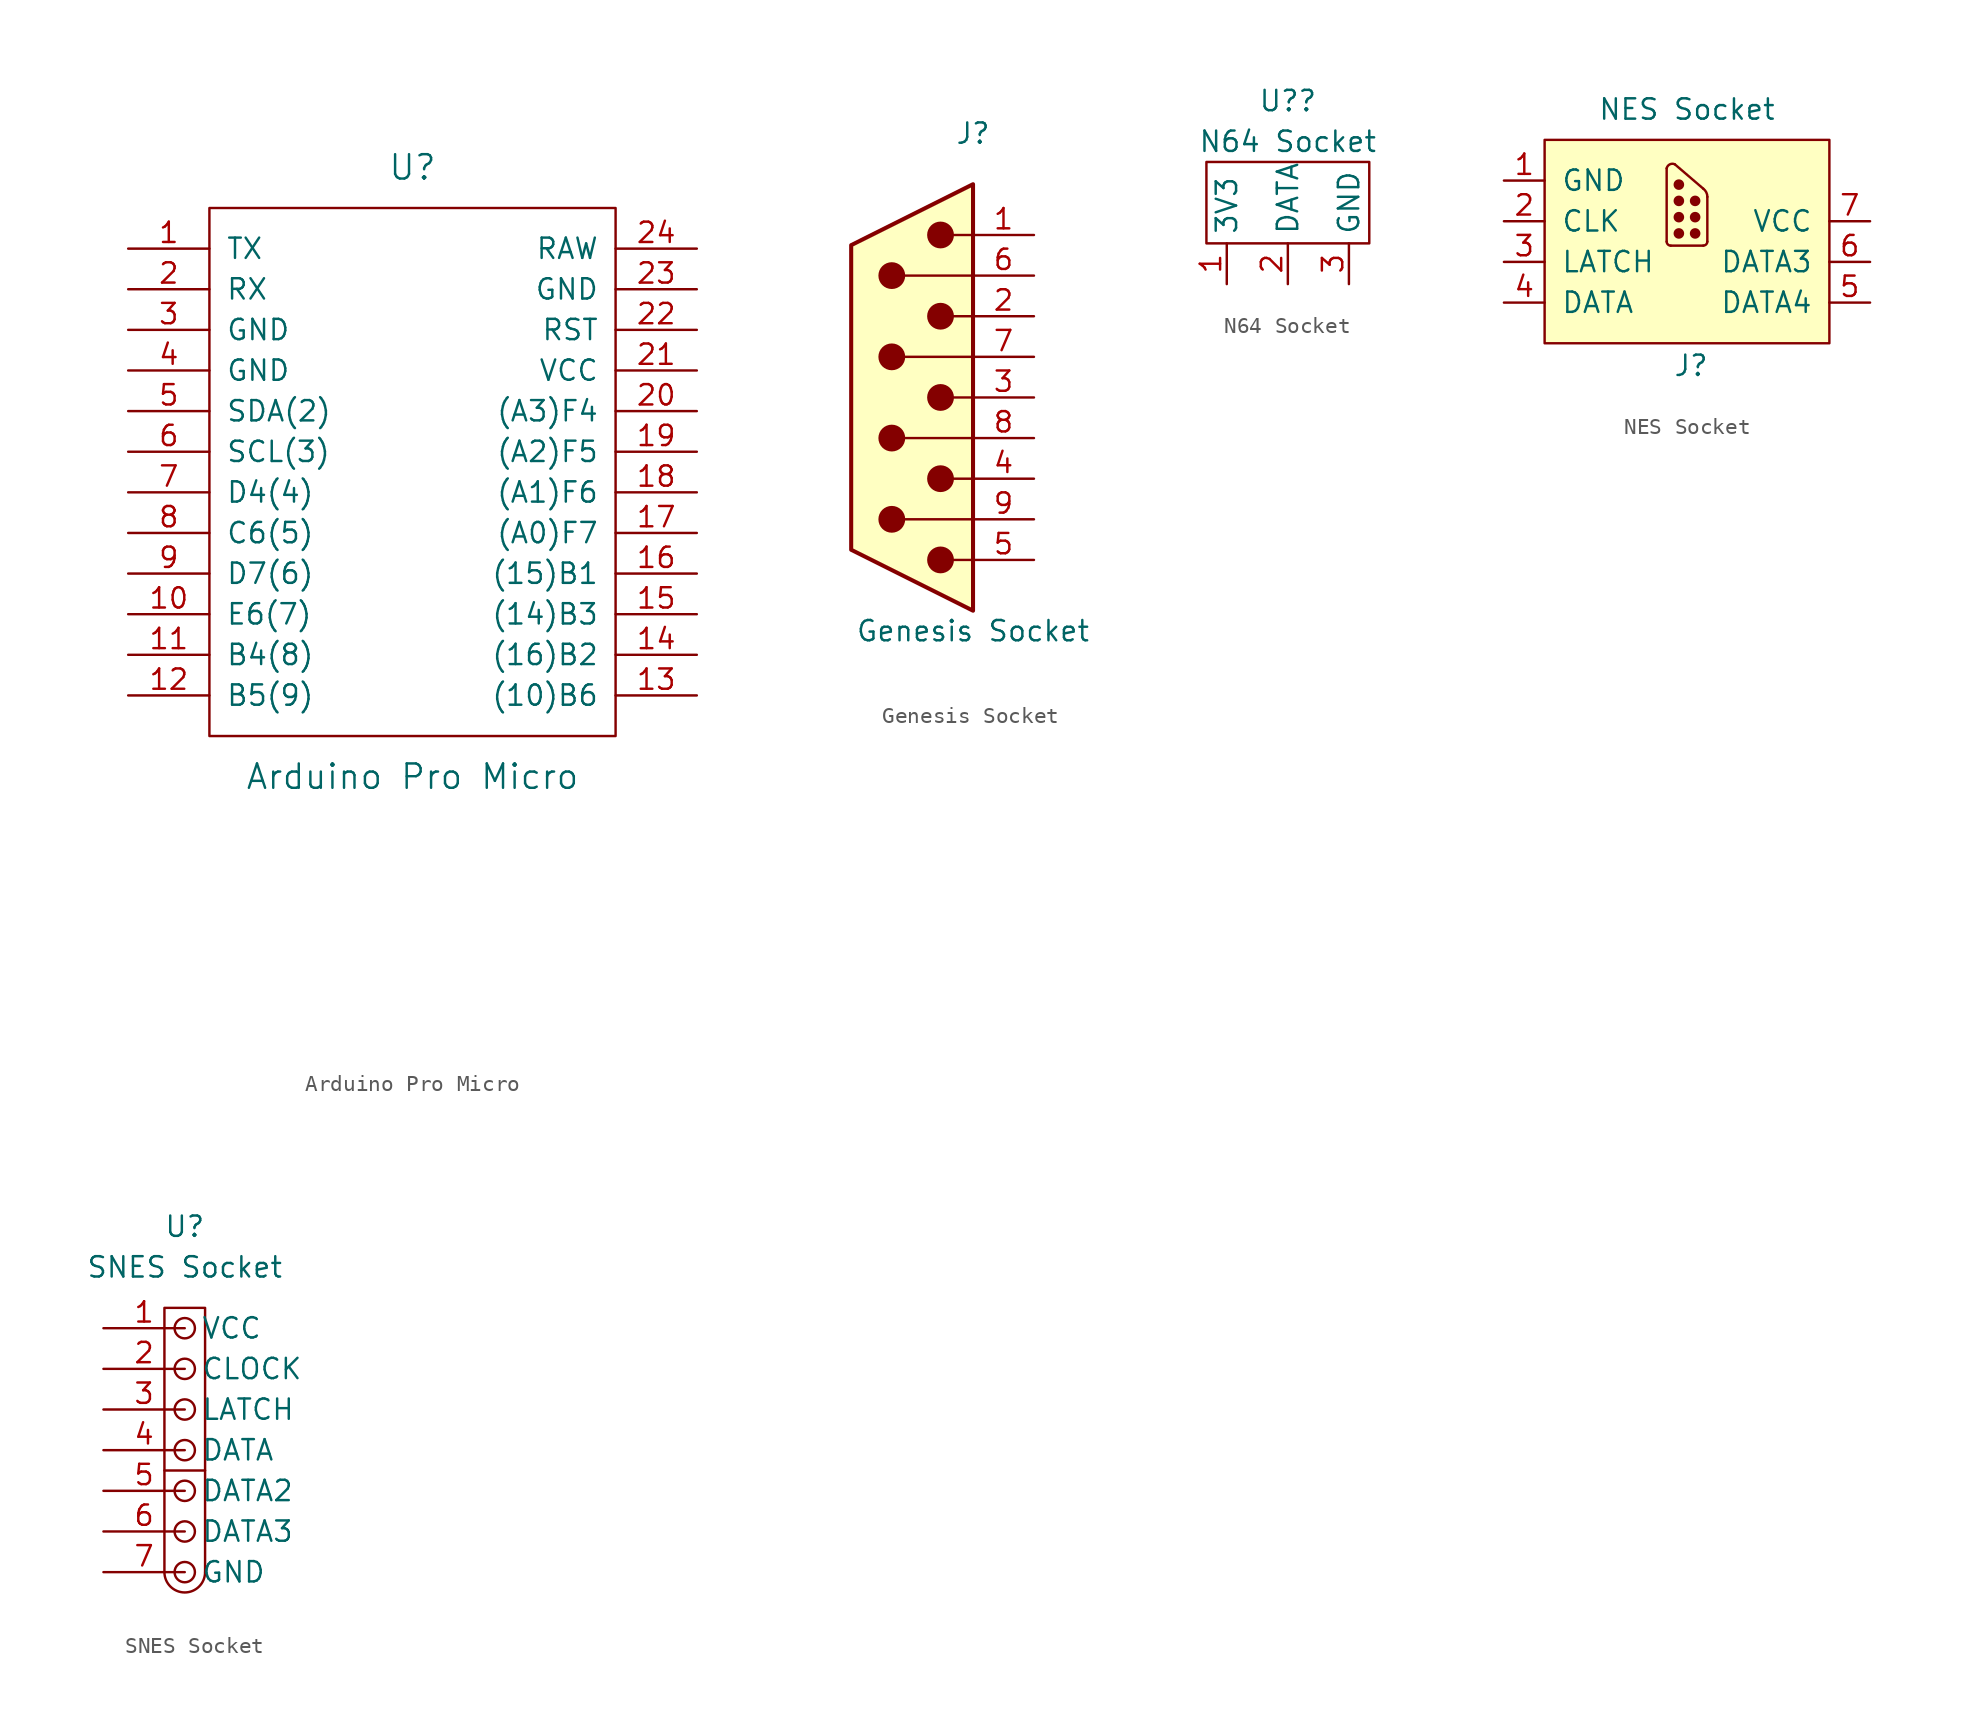
<source format=kicad_sym>
(kicad_symbol_lib
  (version 20220914)
  (generator kicad_symbol_editor)
  (symbol "Arduino Pro Micro"
    (pin_names
      (offset 1.016))
    (property "Reference" "U"
      (at 0 24.13 0)
      (effects (font (size 1.524 1.524))))
    (property "Value" "Arduino Pro Micro"
      (at 0 -13.97 0)
      (effects (font (size 1.524 1.524))))
    (property "Footprint" ""
      (at 2.54 -26.67 0)
      (effects (font (size 1.524 1.524))))
    (property "Datasheet" ""
      (at 2.54 -26.67 0)
      (effects (font (size 1.524 1.524))))
    (symbol "Arduino Pro Micro_0_1"
      (rectangle (start -12.7 21.59) (end 12.7 -11.43) (stroke (width 0) (type solid)) (fill (type none))))
    (symbol "Arduino Pro Micro_1_1"
      (pin bidirectional line (at -17.78 19.05 0) (length 5.08) (name "TX" (effects (font (size 1.27 1.27)))) (number "1" (effects (font (size 1.27 1.27)))))
      (pin bidirectional line (at -17.78 -3.81 0) (length 5.08) (name "E6(7)" (effects (font (size 1.27 1.27)))) (number "10" (effects (font (size 1.27 1.27)))))
      (pin bidirectional line (at -17.78 -6.35 0) (length 5.08) (name "B4(8)" (effects (font (size 1.27 1.27)))) (number "11" (effects (font (size 1.27 1.27)))))
      (pin bidirectional line (at -17.78 -8.89 0) (length 5.08) (name "B5(9)" (effects (font (size 1.27 1.27)))) (number "12" (effects (font (size 1.27 1.27)))))
      (pin bidirectional line (at 17.78 -8.89 180) (length 5.08) (name "(10)B6" (effects (font (size 1.27 1.27)))) (number "13" (effects (font (size 1.27 1.27)))))
      (pin bidirectional line (at 17.78 -6.35 180) (length 5.08) (name "(16)B2" (effects (font (size 1.27 1.27)))) (number "14" (effects (font (size 1.27 1.27)))))
      (pin bidirectional line (at 17.78 -3.81 180) (length 5.08) (name "(14)B3" (effects (font (size 1.27 1.27)))) (number "15" (effects (font (size 1.27 1.27)))))
      (pin bidirectional line (at 17.78 -1.27 180) (length 5.08) (name "(15)B1" (effects (font (size 1.27 1.27)))) (number "16" (effects (font (size 1.27 1.27)))))
      (pin bidirectional line (at 17.78 1.27 180) (length 5.08) (name "(A0)F7" (effects (font (size 1.27 1.27)))) (number "17" (effects (font (size 1.27 1.27)))))
      (pin bidirectional line (at 17.78 3.81 180) (length 5.08) (name "(A1)F6" (effects (font (size 1.27 1.27)))) (number "18" (effects (font (size 1.27 1.27)))))
      (pin bidirectional line (at 17.78 6.35 180) (length 5.08) (name "(A2)F5" (effects (font (size 1.27 1.27)))) (number "19" (effects (font (size 1.27 1.27)))))
      (pin bidirectional line (at -17.78 16.51 0) (length 5.08) (name "RX" (effects (font (size 1.27 1.27)))) (number "2" (effects (font (size 1.27 1.27)))))
      (pin bidirectional line (at 17.78 8.89 180) (length 5.08) (name "(A3)F4" (effects (font (size 1.27 1.27)))) (number "20" (effects (font (size 1.27 1.27)))))
      (pin power_in line (at 17.78 11.43 180) (length 5.08) (name "VCC" (effects (font (size 1.27 1.27)))) (number "21" (effects (font (size 1.27 1.27)))))
      (pin input line (at 17.78 13.97 180) (length 5.08) (name "RST" (effects (font (size 1.27 1.27)))) (number "22" (effects (font (size 1.27 1.27)))))
      (pin power_in line (at 17.78 16.51 180) (length 5.08) (name "GND" (effects (font (size 1.27 1.27)))) (number "23" (effects (font (size 1.27 1.27)))))
      (pin power_out line (at 17.78 19.05 180) (length 5.08) (name "RAW" (effects (font (size 1.27 1.27)))) (number "24" (effects (font (size 1.27 1.27)))))
      (pin power_in line (at -17.78 13.97 0) (length 5.08) (name "GND" (effects (font (size 1.27 1.27)))) (number "3" (effects (font (size 1.27 1.27)))))
      (pin power_in line (at -17.78 11.43 0) (length 5.08) (name "GND" (effects (font (size 1.27 1.27)))) (number "4" (effects (font (size 1.27 1.27)))))
      (pin bidirectional line (at -17.78 8.89 0) (length 5.08) (name "SDA(2)" (effects (font (size 1.27 1.27)))) (number "5" (effects (font (size 1.27 1.27)))))
      (pin bidirectional line (at -17.78 6.35 0) (length 5.08) (name "SCL(3)" (effects (font (size 1.27 1.27)))) (number "6" (effects (font (size 1.27 1.27)))))
      (pin bidirectional line (at -17.78 3.81 0) (length 5.08) (name "D4(4)" (effects (font (size 1.27 1.27)))) (number "7" (effects (font (size 1.27 1.27)))))
      (pin bidirectional line (at -17.78 1.27 0) (length 5.08) (name "C6(5)" (effects (font (size 1.27 1.27)))) (number "8" (effects (font (size 1.27 1.27)))))
      (pin bidirectional line (at -17.78 -1.27 0) (length 5.08) (name "D7(6)" (effects (font (size 1.27 1.27)))) (number "9" (effects (font (size 1.27 1.27)))))))
  (symbol "Genesis Socket"
    (pin_names
      (offset 1.016) hide)
    (property "Reference" "J"
      (at 0 16.51 0)
      (effects (font (size 1.27 1.27))))
    (property "Value" "Genesis Socket"
      (at 0 -14.605 0)
      (effects (font (size 1.27 1.27))))
    (symbol "Genesis Socket_0_1"
      (circle (center -5.08 -7.62) (radius 0.762) (stroke (width 0) (type default)) (fill (type outline)))
      (circle (center -5.08 -2.54) (radius 0.762) (stroke (width 0) (type default)) (fill (type outline)))
      (circle (center -5.08 2.54) (radius 0.762) (stroke (width 0) (type default)) (fill (type outline)))
      (circle (center -5.08 7.62) (radius 0.762) (stroke (width 0) (type default)) (fill (type outline)))
      (circle (center -2.032 -10.16) (radius 0.762) (stroke (width 0) (type default)) (fill (type outline)))
      (circle (center -2.032 -5.08) (radius 0.762) (stroke (width 0) (type default)) (fill (type outline)))
      (circle (center -2.032 0) (radius 0.762) (stroke (width 0) (type default)) (fill (type outline)))
      (circle (center -2.032 5.08) (radius 0.762) (stroke (width 0) (type default)) (fill (type outline)))
      (circle (center -2.032 10.16) (radius 0.762) (stroke (width 0) (type default)) (fill (type outline)))
      (polyline (pts (xy 0 -10.16) (xy -1.27 -10.16)) (stroke (width 0) (type default)) (fill (type none)))
      (polyline (pts (xy 0 -7.62) (xy -4.318 -7.62)) (stroke (width 0) (type default)) (fill (type none)))
      (polyline (pts (xy 0 -5.08) (xy -1.27 -5.08)) (stroke (width 0) (type default)) (fill (type none)))
      (polyline (pts (xy 0 -2.54) (xy -4.318 -2.54)) (stroke (width 0) (type default)) (fill (type none)))
      (polyline (pts (xy 0 0) (xy -1.27 0)) (stroke (width 0) (type default)) (fill (type none)))
      (polyline (pts (xy 0 2.54) (xy -4.318 2.54)) (stroke (width 0) (type default)) (fill (type none)))
      (polyline (pts (xy 0 5.08) (xy -1.27 5.08)) (stroke (width 0) (type default)) (fill (type none)))
      (polyline (pts (xy 0 7.62) (xy -4.318 7.62)) (stroke (width 0) (type default)) (fill (type none)))
      (polyline (pts (xy 0 10.16) (xy -1.27 10.16)) (stroke (width 0) (type default)) (fill (type none)))
      (polyline (pts (xy 0 13.335) (xy 0 -13.335) (xy -7.62 -9.525) (xy -7.62 9.525) (xy 0 13.335)) (stroke (width 0.254) (type default)) (fill (type background))))
    (symbol "Genesis Socket_1_1"
      (pin bidirectional line (at 3.81 10.16 180) (length 3.81) (name "1" (effects (font (size 1.27 1.27)))) (number "1" (effects (font (size 1.27 1.27)))))
      (pin bidirectional line (at 3.81 5.08 180) (length 3.81) (name "2" (effects (font (size 1.27 1.27)))) (number "2" (effects (font (size 1.27 1.27)))))
      (pin bidirectional line (at 3.81 0 180) (length 3.81) (name "3" (effects (font (size 1.27 1.27)))) (number "3" (effects (font (size 1.27 1.27)))))
      (pin bidirectional line (at 3.81 -5.08 180) (length 3.81) (name "4" (effects (font (size 1.27 1.27)))) (number "4" (effects (font (size 1.27 1.27)))))
      (pin power_in line (at 3.81 -10.16 180) (length 3.81) (name "5" (effects (font (size 1.27 1.27)))) (number "5" (effects (font (size 1.27 1.27)))))
      (pin bidirectional line (at 3.81 7.62 180) (length 3.81) (name "6" (effects (font (size 1.27 1.27)))) (number "6" (effects (font (size 1.27 1.27)))))
      (pin bidirectional line (at 3.81 2.54 180) (length 3.81) (name "7" (effects (font (size 1.27 1.27)))) (number "7" (effects (font (size 1.27 1.27)))))
      (pin power_in line (at 3.81 -2.54 180) (length 3.81) (name "8" (effects (font (size 1.27 1.27)))) (number "8" (effects (font (size 1.27 1.27)))))
      (pin bidirectional line (at 3.81 -7.62 180) (length 3.81) (name "9" (effects (font (size 1.27 1.27)))) (number "9" (effects (font (size 1.27 1.27)))))))
  (symbol "N64 Socket"
    (property "Reference" "U?"
      (at 0 2.54 0)
      (effects (font (size 1.27 1.27))))
    (property "Value" "N64 Socket"
      (at 0 0 0)
      (effects (font (size 1.27 1.27))))
    (symbol "N64 Socket_0_1"
      (rectangle (start -5.08 -1.27) (end 5.08 -6.35) (stroke (width 0) (type default)) (fill (type none))))
    (symbol "N64 Socket_1_1"
      (pin power_in line (at -3.81 -8.89 90) (length 2.54) (name "3V3" (effects (font (size 1.27 1.27)))) (number "1" (effects (font (size 1.27 1.27)))))
      (pin bidirectional line (at 0 -8.89 90) (length 2.54) (name "DATA" (effects (font (size 1.27 1.27)))) (number "2" (effects (font (size 1.27 1.27)))))
      (pin power_in line (at 3.81 -8.89 90) (length 2.54) (name "GND" (effects (font (size 1.27 1.27)))) (number "3" (effects (font (size 1.27 1.27)))))))
  (symbol "NES Socket"
    (pin_names
      (offset 1.016))
    (property "Reference" "J"
      (at 0.254 -7.747 0)
      (effects (font (size 1.27 1.27))))
    (property "Value" "NES Socket"
      (at 0 8.255 0)
      (effects (font (size 1.27 1.27))))
    (symbol "NES Socket_0_1"
      (rectangle (start -8.89 6.35) (end 8.89 -6.35) (stroke (width 0) (type solid)) (fill (type background)))
      (arc (start -1.27 0) (mid -1.1956 -0.1796) (end -1.016 -0.254) (stroke (width 0) (type solid)) (fill (type none)))
      (arc (start -0.762 4.826) (mid -1.077 4.8211) (end -1.27 4.572) (stroke (width 0) (type solid)) (fill (type none)))
      (circle (center -0.508 0.508) (radius 0.254) (stroke (width 0) (type solid)) (fill (type outline)))
      (circle (center -0.508 1.524) (radius 0.254) (stroke (width 0) (type solid)) (fill (type outline)))
      (circle (center -0.508 2.54) (radius 0.254) (stroke (width 0) (type solid)) (fill (type outline)))
      (circle (center -0.508 3.556) (radius 0.254) (stroke (width 0) (type solid)) (fill (type outline)))
      (polyline (pts (xy -1.27 0) (xy -1.27 4.572)) (stroke (width 0) (type solid)) (fill (type outline)))
      (polyline (pts (xy -1.016 -0.254) (xy 1.016 -0.254)) (stroke (width 0) (type solid)) (fill (type none)))
      (polyline (pts (xy -0.762 4.826) (xy 1.016 3.302)) (stroke (width 0) (type solid)) (fill (type none)))
      (polyline (pts (xy 1.27 2.794) (xy 1.27 0)) (stroke (width 0) (type solid)) (fill (type none)))
      (circle (center 0.508 0.508) (radius 0.254) (stroke (width 0) (type solid)) (fill (type outline)))
      (circle (center 0.508 1.524) (radius 0.254) (stroke (width 0) (type solid)) (fill (type outline)))
      (circle (center 0.508 2.54) (radius 0.254) (stroke (width 0) (type solid)) (fill (type outline)))
      (arc (start 1.016 -0.254) (mid 1.1956 -0.1796) (end 1.27 0) (stroke (width 0) (type solid)) (fill (type none)))
      (arc (start 1.27 2.794) (mid 1.203 3.078) (end 1.016 3.302) (stroke (width 0) (type solid)) (fill (type none))))
    (symbol "NES Socket_1_1"
      (pin power_in line (at -11.43 3.81 0) (length 2.54) (name "GND" (effects (font (size 1.27 1.27)))) (number "1" (effects (font (size 1.27 1.27)))))
      (pin input line (at -11.43 1.27 0) (length 2.54) (name "CLK" (effects (font (size 1.27 1.27)))) (number "2" (effects (font (size 1.27 1.27)))))
      (pin input line (at -11.43 -1.27 0) (length 2.54) (name "LATCH" (effects (font (size 1.27 1.27)))) (number "3" (effects (font (size 1.27 1.27)))))
      (pin output line (at -11.43 -3.81 0) (length 2.54) (name "DATA" (effects (font (size 1.27 1.27)))) (number "4" (effects (font (size 1.27 1.27)))))
      (pin output line (at 11.43 -3.81 180) (length 2.54) (name "DATA4" (effects (font (size 1.27 1.27)))) (number "5" (effects (font (size 1.27 1.27)))))
      (pin output line (at 11.43 -1.27 180) (length 2.54) (name "DATA3" (effects (font (size 1.27 1.27)))) (number "6" (effects (font (size 1.27 1.27)))))
      (pin power_in line (at 11.43 1.27 180) (length 2.54) (name "VCC" (effects (font (size 1.27 1.27)))) (number "7" (effects (font (size 1.27 1.27)))))))
  (symbol "SNES Socket"
    (pin_names
      (offset 1.016))
    (property "Reference" "U"
      (at 0 15.24 0)
      (effects (font (size 1.27 1.27))))
    (property "Value" "SNES Socket"
      (at 0 12.7 0)
      (effects (font (size 1.27 1.27))))
    (symbol "SNES Socket_0_1"
      (arc (start -1.27 -6.35) (mid 0 -7.6145) (end 1.27 -6.35) (stroke (width 0) (type solid)) (fill (type none)))
      (circle (center 0 -6.35) (radius 0.635) (stroke (width 0) (type solid)) (fill (type none)))
      (circle (center 0 -3.81) (radius 0.635) (stroke (width 0) (type solid)) (fill (type none)))
      (circle (center 0 -1.27) (radius 0.635) (stroke (width 0) (type solid)) (fill (type none)))
      (polyline (pts (xy -1.27 0) (xy 1.27 0)) (stroke (width 0) (type solid)) (fill (type none)))
      (polyline (pts (xy -1.27 -6.35) (xy -1.27 10.16) (xy 1.27 10.16) (xy 1.27 -6.35)) (stroke (width 0) (type solid)) (fill (type none)))
      (circle (center 0 1.27) (radius 0.635) (stroke (width 0) (type solid)) (fill (type none)))
      (circle (center 0 3.81) (radius 0.635) (stroke (width 0) (type solid)) (fill (type none)))
      (circle (center 0 6.35) (radius 0.635) (stroke (width 0) (type solid)) (fill (type none)))
      (circle (center 0 8.89) (radius 0.635) (stroke (width 0) (type solid)) (fill (type none))))
    (symbol "SNES Socket_1_1"
      (pin power_in line (at -5.08 8.89 0) (length 5.08) (name "VCC" (effects (font (size 1.27 1.27)))) (number "1" (effects (font (size 1.27 1.27)))))
      (pin input line (at -5.08 6.35 0) (length 5.08) (name "CLOCK" (effects (font (size 1.27 1.27)))) (number "2" (effects (font (size 1.27 1.27)))))
      (pin input line (at -5.08 3.81 0) (length 5.08) (name "LATCH" (effects (font (size 1.27 1.27)))) (number "3" (effects (font (size 1.27 1.27)))))
      (pin output line (at -5.08 1.27 0) (length 5.08) (name "DATA" (effects (font (size 1.27 1.27)))) (number "4" (effects (font (size 1.27 1.27)))))
      (pin output line (at -5.08 -1.27 0) (length 5.08) (name "DATA2" (effects (font (size 1.27 1.27)))) (number "5" (effects (font (size 1.27 1.27)))))
      (pin output line (at -5.08 -3.81 0) (length 5.08) (name "DATA3" (effects (font (size 1.27 1.27)))) (number "6" (effects (font (size 1.27 1.27)))))
      (pin power_in line (at -5.08 -6.35 0) (length 5.08) (name "GND" (effects (font (size 1.27 1.27)))) (number "7" (effects (font (size 1.27 1.27))))))))
</source>
